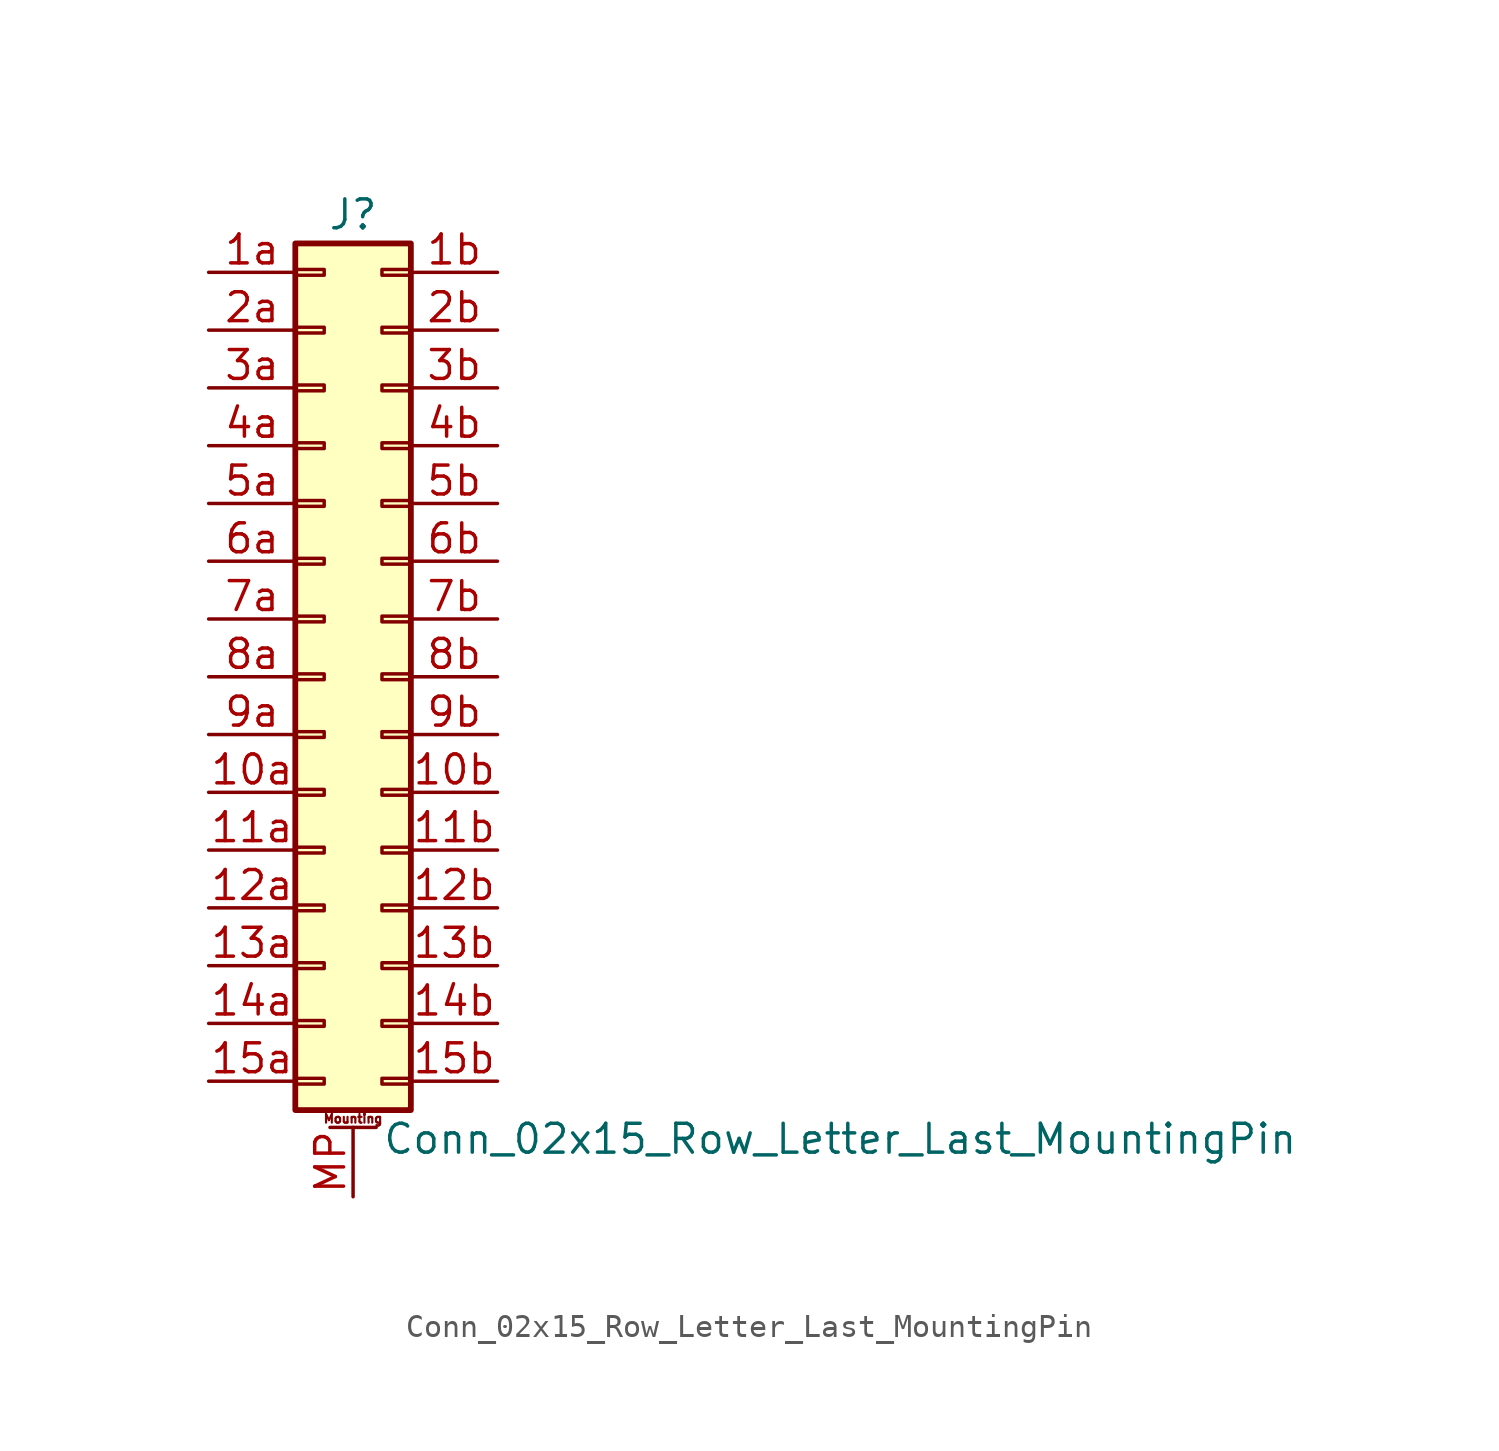
<source format=kicad_sym>
(kicad_symbol_lib
  (version 20211014)
  (generator kicad_symbol_editor)
  (symbol "Conn_02x15_Row_Letter_Last_MountingPin"
    (pin_names
      (offset 1.016) hide)
    (property "Reference" "J"
      (at 1.27 20.32 0)
      (effects (font (size 1.27 1.27))))
    (property "Value" "Conn_02x15_Row_Letter_Last_MountingPin"
      (at 2.54 -20.32 0)
      (effects (font (size 1.27 1.27)) (justify left)))
    (symbol "Conn_02x15_Row_Letter_Last_MountingPin_1_1"
      (rectangle (start -1.27 -17.653) (end 0 -17.907) (stroke (width 0.152) (type default) (color 0 0 0 0)) (fill (type none)))
      (rectangle (start -1.27 -15.113) (end 0 -15.367) (stroke (width 0.152) (type default) (color 0 0 0 0)) (fill (type none)))
      (rectangle (start -1.27 -12.573) (end 0 -12.827) (stroke (width 0.152) (type default) (color 0 0 0 0)) (fill (type none)))
      (rectangle (start -1.27 -10.033) (end 0 -10.287) (stroke (width 0.152) (type default) (color 0 0 0 0)) (fill (type none)))
      (rectangle (start -1.27 -7.493) (end 0 -7.747) (stroke (width 0.152) (type default) (color 0 0 0 0)) (fill (type none)))
      (rectangle (start -1.27 -4.953) (end 0 -5.207) (stroke (width 0.152) (type default) (color 0 0 0 0)) (fill (type none)))
      (rectangle (start -1.27 -2.413) (end 0 -2.667) (stroke (width 0.152) (type default) (color 0 0 0 0)) (fill (type none)))
      (rectangle (start -1.27 0.127) (end 0 -0.127) (stroke (width 0.152) (type default) (color 0 0 0 0)) (fill (type none)))
      (rectangle (start -1.27 2.667) (end 0 2.413) (stroke (width 0.152) (type default) (color 0 0 0 0)) (fill (type none)))
      (rectangle (start -1.27 5.207) (end 0 4.953) (stroke (width 0.152) (type default) (color 0 0 0 0)) (fill (type none)))
      (rectangle (start -1.27 7.747) (end 0 7.493) (stroke (width 0.152) (type default) (color 0 0 0 0)) (fill (type none)))
      (rectangle (start -1.27 10.287) (end 0 10.033) (stroke (width 0.152) (type default) (color 0 0 0 0)) (fill (type none)))
      (rectangle (start -1.27 12.827) (end 0 12.573) (stroke (width 0.152) (type default) (color 0 0 0 0)) (fill (type none)))
      (rectangle (start -1.27 15.367) (end 0 15.113) (stroke (width 0.152) (type default) (color 0 0 0 0)) (fill (type none)))
      (rectangle (start -1.27 17.907) (end 0 17.653) (stroke (width 0.152) (type default) (color 0 0 0 0)) (fill (type none)))
      (rectangle (start -1.27 19.05) (end 3.81 -19.05) (stroke (width 0.254) (type default) (color 0 0 0 0)) (fill (type background)))
      (polyline (pts (xy 0.254 -19.812) (xy 2.286 -19.812)) (stroke (width 0.152) (type default) (color 0 0 0 0)) (fill (type none)))
      (rectangle (start 3.81 -17.653) (end 2.54 -17.907) (stroke (width 0.152) (type default) (color 0 0 0 0)) (fill (type none)))
      (rectangle (start 3.81 -15.113) (end 2.54 -15.367) (stroke (width 0.152) (type default) (color 0 0 0 0)) (fill (type none)))
      (rectangle (start 3.81 -12.573) (end 2.54 -12.827) (stroke (width 0.152) (type default) (color 0 0 0 0)) (fill (type none)))
      (rectangle (start 3.81 -10.033) (end 2.54 -10.287) (stroke (width 0.152) (type default) (color 0 0 0 0)) (fill (type none)))
      (rectangle (start 3.81 -7.493) (end 2.54 -7.747) (stroke (width 0.152) (type default) (color 0 0 0 0)) (fill (type none)))
      (rectangle (start 3.81 -4.953) (end 2.54 -5.207) (stroke (width 0.152) (type default) (color 0 0 0 0)) (fill (type none)))
      (rectangle (start 3.81 -2.413) (end 2.54 -2.667) (stroke (width 0.152) (type default) (color 0 0 0 0)) (fill (type none)))
      (rectangle (start 3.81 0.127) (end 2.54 -0.127) (stroke (width 0.152) (type default) (color 0 0 0 0)) (fill (type none)))
      (rectangle (start 3.81 2.667) (end 2.54 2.413) (stroke (width 0.152) (type default) (color 0 0 0 0)) (fill (type none)))
      (rectangle (start 3.81 5.207) (end 2.54 4.953) (stroke (width 0.152) (type default) (color 0 0 0 0)) (fill (type none)))
      (rectangle (start 3.81 7.747) (end 2.54 7.493) (stroke (width 0.152) (type default) (color 0 0 0 0)) (fill (type none)))
      (rectangle (start 3.81 10.287) (end 2.54 10.033) (stroke (width 0.152) (type default) (color 0 0 0 0)) (fill (type none)))
      (rectangle (start 3.81 12.827) (end 2.54 12.573) (stroke (width 0.152) (type default) (color 0 0 0 0)) (fill (type none)))
      (rectangle (start 3.81 15.367) (end 2.54 15.113) (stroke (width 0.152) (type default) (color 0 0 0 0)) (fill (type none)))
      (rectangle (start 3.81 17.907) (end 2.54 17.653) (stroke (width 0.152) (type default) (color 0 0 0 0)) (fill (type none)))
      (text "Mounting" (at 1.27 -19.431 0) (effects (font (size 0.381 0.381))))
      (pin passive line (at -5.08 -5.08 0) (length 3.81) (name "Pin_10a" (effects (font (size 1.27 1.27)))) (number "10a" (effects (font (size 1.27 1.27)))))
      (pin passive line (at 7.62 -5.08 180) (length 3.81) (name "Pin_10b" (effects (font (size 1.27 1.27)))) (number "10b" (effects (font (size 1.27 1.27)))))
      (pin passive line (at -5.08 -7.62 0) (length 3.81) (name "Pin_11a" (effects (font (size 1.27 1.27)))) (number "11a" (effects (font (size 1.27 1.27)))))
      (pin passive line (at 7.62 -7.62 180) (length 3.81) (name "Pin_11b" (effects (font (size 1.27 1.27)))) (number "11b" (effects (font (size 1.27 1.27)))))
      (pin passive line (at -5.08 -10.16 0) (length 3.81) (name "Pin_12a" (effects (font (size 1.27 1.27)))) (number "12a" (effects (font (size 1.27 1.27)))))
      (pin passive line (at 7.62 -10.16 180) (length 3.81) (name "Pin_12b" (effects (font (size 1.27 1.27)))) (number "12b" (effects (font (size 1.27 1.27)))))
      (pin passive line (at -5.08 -12.7 0) (length 3.81) (name "Pin_13a" (effects (font (size 1.27 1.27)))) (number "13a" (effects (font (size 1.27 1.27)))))
      (pin passive line (at 7.62 -12.7 180) (length 3.81) (name "Pin_13b" (effects (font (size 1.27 1.27)))) (number "13b" (effects (font (size 1.27 1.27)))))
      (pin passive line (at -5.08 -15.24 0) (length 3.81) (name "Pin_14a" (effects (font (size 1.27 1.27)))) (number "14a" (effects (font (size 1.27 1.27)))))
      (pin passive line (at 7.62 -15.24 180) (length 3.81) (name "Pin_14b" (effects (font (size 1.27 1.27)))) (number "14b" (effects (font (size 1.27 1.27)))))
      (pin passive line (at -5.08 -17.78 0) (length 3.81) (name "Pin_15a" (effects (font (size 1.27 1.27)))) (number "15a" (effects (font (size 1.27 1.27)))))
      (pin passive line (at 7.62 -17.78 180) (length 3.81) (name "Pin_15b" (effects (font (size 1.27 1.27)))) (number "15b" (effects (font (size 1.27 1.27)))))
      (pin passive line (at -5.08 17.78 0) (length 3.81) (name "Pin_1a" (effects (font (size 1.27 1.27)))) (number "1a" (effects (font (size 1.27 1.27)))))
      (pin passive line (at 7.62 17.78 180) (length 3.81) (name "Pin_1b" (effects (font (size 1.27 1.27)))) (number "1b" (effects (font (size 1.27 1.27)))))
      (pin passive line (at -5.08 15.24 0) (length 3.81) (name "Pin_2a" (effects (font (size 1.27 1.27)))) (number "2a" (effects (font (size 1.27 1.27)))))
      (pin passive line (at 7.62 15.24 180) (length 3.81) (name "Pin_2b" (effects (font (size 1.27 1.27)))) (number "2b" (effects (font (size 1.27 1.27)))))
      (pin passive line (at -5.08 12.7 0) (length 3.81) (name "Pin_3a" (effects (font (size 1.27 1.27)))) (number "3a" (effects (font (size 1.27 1.27)))))
      (pin passive line (at 7.62 12.7 180) (length 3.81) (name "Pin_3b" (effects (font (size 1.27 1.27)))) (number "3b" (effects (font (size 1.27 1.27)))))
      (pin passive line (at -5.08 10.16 0) (length 3.81) (name "Pin_4a" (effects (font (size 1.27 1.27)))) (number "4a" (effects (font (size 1.27 1.27)))))
      (pin passive line (at 7.62 10.16 180) (length 3.81) (name "Pin_4b" (effects (font (size 1.27 1.27)))) (number "4b" (effects (font (size 1.27 1.27)))))
      (pin passive line (at -5.08 7.62 0) (length 3.81) (name "Pin_5a" (effects (font (size 1.27 1.27)))) (number "5a" (effects (font (size 1.27 1.27)))))
      (pin passive line (at 7.62 7.62 180) (length 3.81) (name "Pin_5b" (effects (font (size 1.27 1.27)))) (number "5b" (effects (font (size 1.27 1.27)))))
      (pin passive line (at -5.08 5.08 0) (length 3.81) (name "Pin_6a" (effects (font (size 1.27 1.27)))) (number "6a" (effects (font (size 1.27 1.27)))))
      (pin passive line (at 7.62 5.08 180) (length 3.81) (name "Pin_6b" (effects (font (size 1.27 1.27)))) (number "6b" (effects (font (size 1.27 1.27)))))
      (pin passive line (at -5.08 2.54 0) (length 3.81) (name "Pin_7a" (effects (font (size 1.27 1.27)))) (number "7a" (effects (font (size 1.27 1.27)))))
      (pin passive line (at 7.62 2.54 180) (length 3.81) (name "Pin_7b" (effects (font (size 1.27 1.27)))) (number "7b" (effects (font (size 1.27 1.27)))))
      (pin passive line (at -5.08 0 0) (length 3.81) (name "Pin_8a" (effects (font (size 1.27 1.27)))) (number "8a" (effects (font (size 1.27 1.27)))))
      (pin passive line (at 7.62 0 180) (length 3.81) (name "Pin_8b" (effects (font (size 1.27 1.27)))) (number "8b" (effects (font (size 1.27 1.27)))))
      (pin passive line (at -5.08 -2.54 0) (length 3.81) (name "Pin_9a" (effects (font (size 1.27 1.27)))) (number "9a" (effects (font (size 1.27 1.27)))))
      (pin passive line (at 7.62 -2.54 180) (length 3.81) (name "Pin_9b" (effects (font (size 1.27 1.27)))) (number "9b" (effects (font (size 1.27 1.27)))))
      (pin passive line (at 1.27 -22.86 90) (length 3.048) (name "MountPin" (effects (font (size 1.27 1.27)))) (number "MP" (effects (font (size 1.27 1.27))))))))
</source>
